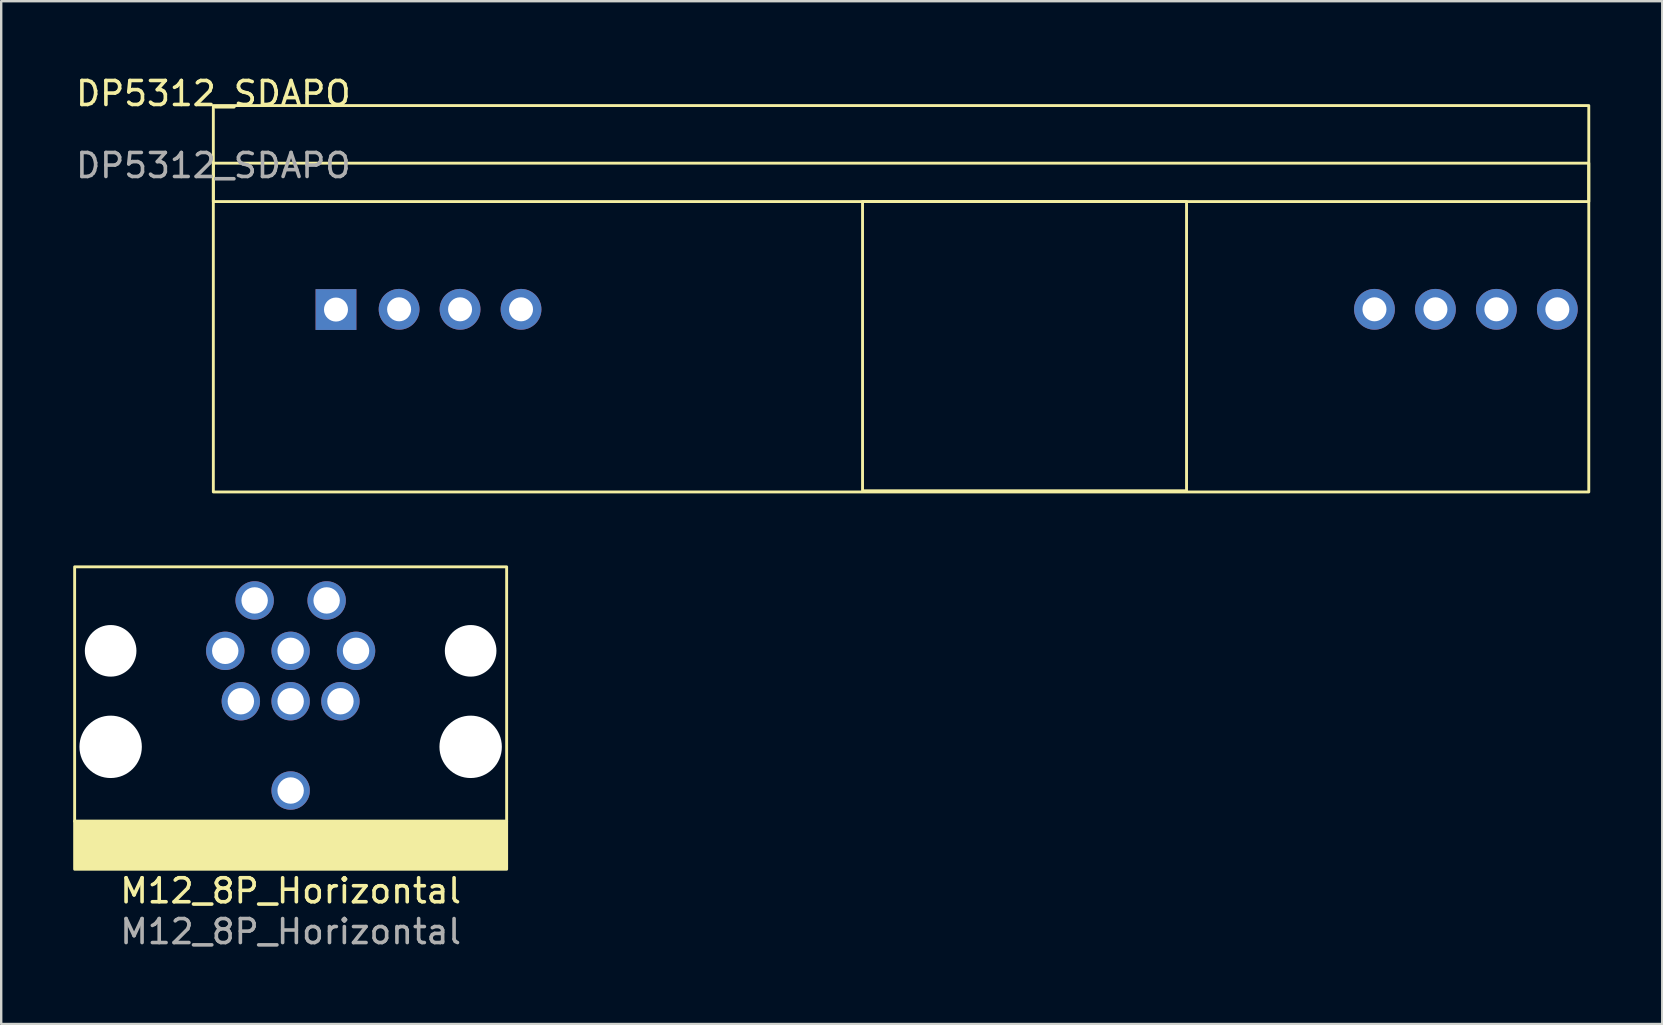
<source format=kicad_pcb>
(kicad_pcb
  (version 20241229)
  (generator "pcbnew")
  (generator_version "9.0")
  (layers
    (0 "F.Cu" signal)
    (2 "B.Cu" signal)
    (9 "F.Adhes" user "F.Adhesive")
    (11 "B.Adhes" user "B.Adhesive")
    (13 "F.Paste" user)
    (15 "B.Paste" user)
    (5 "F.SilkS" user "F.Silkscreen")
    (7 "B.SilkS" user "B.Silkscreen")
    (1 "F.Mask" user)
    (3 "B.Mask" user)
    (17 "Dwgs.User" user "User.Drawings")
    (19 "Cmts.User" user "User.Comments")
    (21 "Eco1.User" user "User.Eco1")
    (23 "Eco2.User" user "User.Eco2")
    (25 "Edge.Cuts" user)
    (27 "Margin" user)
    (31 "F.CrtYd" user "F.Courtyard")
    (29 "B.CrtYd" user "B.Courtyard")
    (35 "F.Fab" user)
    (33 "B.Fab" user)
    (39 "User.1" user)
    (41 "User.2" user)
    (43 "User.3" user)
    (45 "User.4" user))
  (footprint "M12_8P_Horizontal"
    (layer "F.Cu")
    (at 9.06 24.068)
    (property "Reference" "M12_8P_Horizontal" (at 0 10 0) (unlocked yes) (layer "F.SilkS") (effects (font (size 1 1) (thickness 0.15))))
    (attr through_hole)
    (fp_rect (start -9 -3.5) (end 9 7.1) (stroke (width 0.12) (type solid)) (fill no) (layer "F.SilkS"))
    (fp_rect (start -9 7.1) (end 9 9.1) (stroke (width 0.12) (type solid)) (fill yes) (layer "F.SilkS"))
    (fp_text user "${REFERENCE}" (at 0 11.7 0) (unlocked yes) (layer "F.Fab") (effects (font (size 1 1) (thickness 0.15))))
    (pad "" np_thru_hole circle (at -7.5 0) (size 2.15 2.15) (drill 2.15) (layers "*.Cu" "*.Mask"))
    (pad "" np_thru_hole circle (at -7.5 4) (size 2.6 2.6) (drill 2.6) (layers "*.Cu" "*.Mask"))
    (pad "" np_thru_hole circle (at 7.5 0) (size 2.15 2.15) (drill 2.15) (layers "*.Cu" "*.Mask"))
    (pad "" np_thru_hole circle (at 7.5 4) (size 2.6 2.6) (drill 2.6) (layers "*.Cu" "*.Mask"))
    (pad "1" thru_hole circle (at -1.5 -2.1) (size 1.6 1.6) (drill 1.1) (layers "*.Cu" "*.Mask"))
    (pad "2" thru_hole circle (at 1.5 -2.1) (size 1.6 1.6) (drill 1.1) (layers "*.Cu" "*.Mask"))
    (pad "3" thru_hole circle (at 2.725 0) (size 1.6 1.6) (drill 1.1) (layers "*.Cu" "*.Mask"))
    (pad "4" thru_hole circle (at 2.075 2.1) (size 1.6 1.6) (drill 1.1) (layers "*.Cu" "*.Mask"))
    (pad "5" thru_hole circle (at 0 2.1) (size 1.6 1.6) (drill 1.1) (layers "*.Cu" "*.Mask"))
    (pad "6" thru_hole circle (at -2.075 2.1) (size 1.6 1.6) (drill 1.1) (layers "*.Cu" "*.Mask"))
    (pad "7" thru_hole circle (at -2.725 0) (size 1.6 1.6) (drill 1.1) (layers "*.Cu" "*.Mask"))
    (pad "8" thru_hole circle (at 0 0) (size 1.6 1.6) (drill 1.1) (layers "*.Cu" "*.Mask"))
    (pad "9" thru_hole circle (at 0 5.82) (size 1.6 1.6) (drill 1.1) (layers "*.Cu" "*.Mask"))
    (zone (net_name "") (layer "F.SilkS") (name "base") (hatch edge 0.508) (connect_pads) (min_thickness 0.254) (filled_areas_thickness no) (keepout (tracks allowed) (vias allowed) (pads allowed) (copperpour allowed) (footprints not_allowed)) (placement (enabled no)) (fill) (polygon (pts (xy 18.06 33.168) (xy 0.06 33.168) (xy 0.06 20.568) (xy 18.06 20.568)))))
  (footprint "DP5312_SDAPO"
    (layer "F.Cu")
    (at 5.839 1.348)
    (property "Reference" "DP5312_SDAPO" (at 0 -0.5 0) (unlocked yes) (layer "F.SilkS") (effects (font (size 1 1) (thickness 0.15))))
    (attr smd)
    (fp_rect (start 0 0) (end 57.31 16.1) (stroke (width 0.12) (type solid)) (fill no) (layer "F.SilkS"))
    (fp_rect (start 0 2.4) (end 57.31 4) (stroke (width 0.12) (type solid)) (fill no) (layer "F.SilkS"))
    (fp_rect (start 27.05 4) (end 40.55 16.05) (stroke (width 0.12) (type solid)) (fill no) (layer "F.SilkS"))
    (fp_text user "${REFERENCE}" (at 0 2.5 0) (unlocked yes) (layer "F.Fab") (effects (font (size 1 1) (thickness 0.15))))
    (pad "1" thru_hole rect (at 5.11 8.5 90) (size 1.7 1.7) (drill 1) (layers "*.Cu" "*.Mask"))
    (pad "2" thru_hole oval (at 7.74 8.49 90) (size 1.7 1.7) (drill 1) (layers "*.Cu" "*.Mask"))
    (pad "3" thru_hole oval (at 10.28 8.49 90) (size 1.7 1.7) (drill 1) (layers "*.Cu" "*.Mask"))
    (pad "4" thru_hole oval (at 12.82 8.49 90) (size 1.7 1.7) (drill 1) (layers "*.Cu" "*.Mask"))
    (pad "5" thru_hole oval (at 48.38 8.49 90) (size 1.7 1.7) (drill 1) (layers "*.Cu" "*.Mask"))
    (pad "6" thru_hole oval (at 50.92 8.49 90) (size 1.7 1.7) (drill 1) (layers "*.Cu" "*.Mask"))
    (pad "7" thru_hole oval (at 53.46 8.49 90) (size 1.7 1.7) (drill 1) (layers "*.Cu" "*.Mask"))
    (pad "8" thru_hole oval (at 56 8.49 90) (size 1.7 1.7) (drill 1) (layers "*.Cu" "*.Mask"))
    (zone (net_name "") (layer "F.Cu") (name "transformer") (hatch full 0.508) (connect_pads) (min_thickness 0.254) (filled_areas_thickness no) (keepout (tracks allowed) (vias allowed) (pads allowed) (copperpour allowed) (footprints not_allowed)) (placement (enabled no)) (fill) (polygon (pts (xy 46.389 17.398) (xy 32.889 17.398) (xy 32.889 5.348) (xy 46.389 5.348))))
    (zone (net_name "") (layer "F.Cu") (name "pcba") (hatch full 0.508) (connect_pads) (min_thickness 0.254) (filled_areas_thickness no) (keepout (tracks allowed) (vias not_allowed) (pads not_allowed) (copperpour allowed) (footprints not_allowed)) (placement (enabled no)) (fill) (polygon (pts (xy 63.149 5.348) (xy 5.839 5.348) (xy 5.839 1.348) (xy 63.149 1.348)))))
  (gr_rect
    (start -3 -3)
    (end 66.209 39.617)
    (stroke (width 0.1) (type default))
    (fill no)
    (layer "Edge.Cuts")))
</source>
